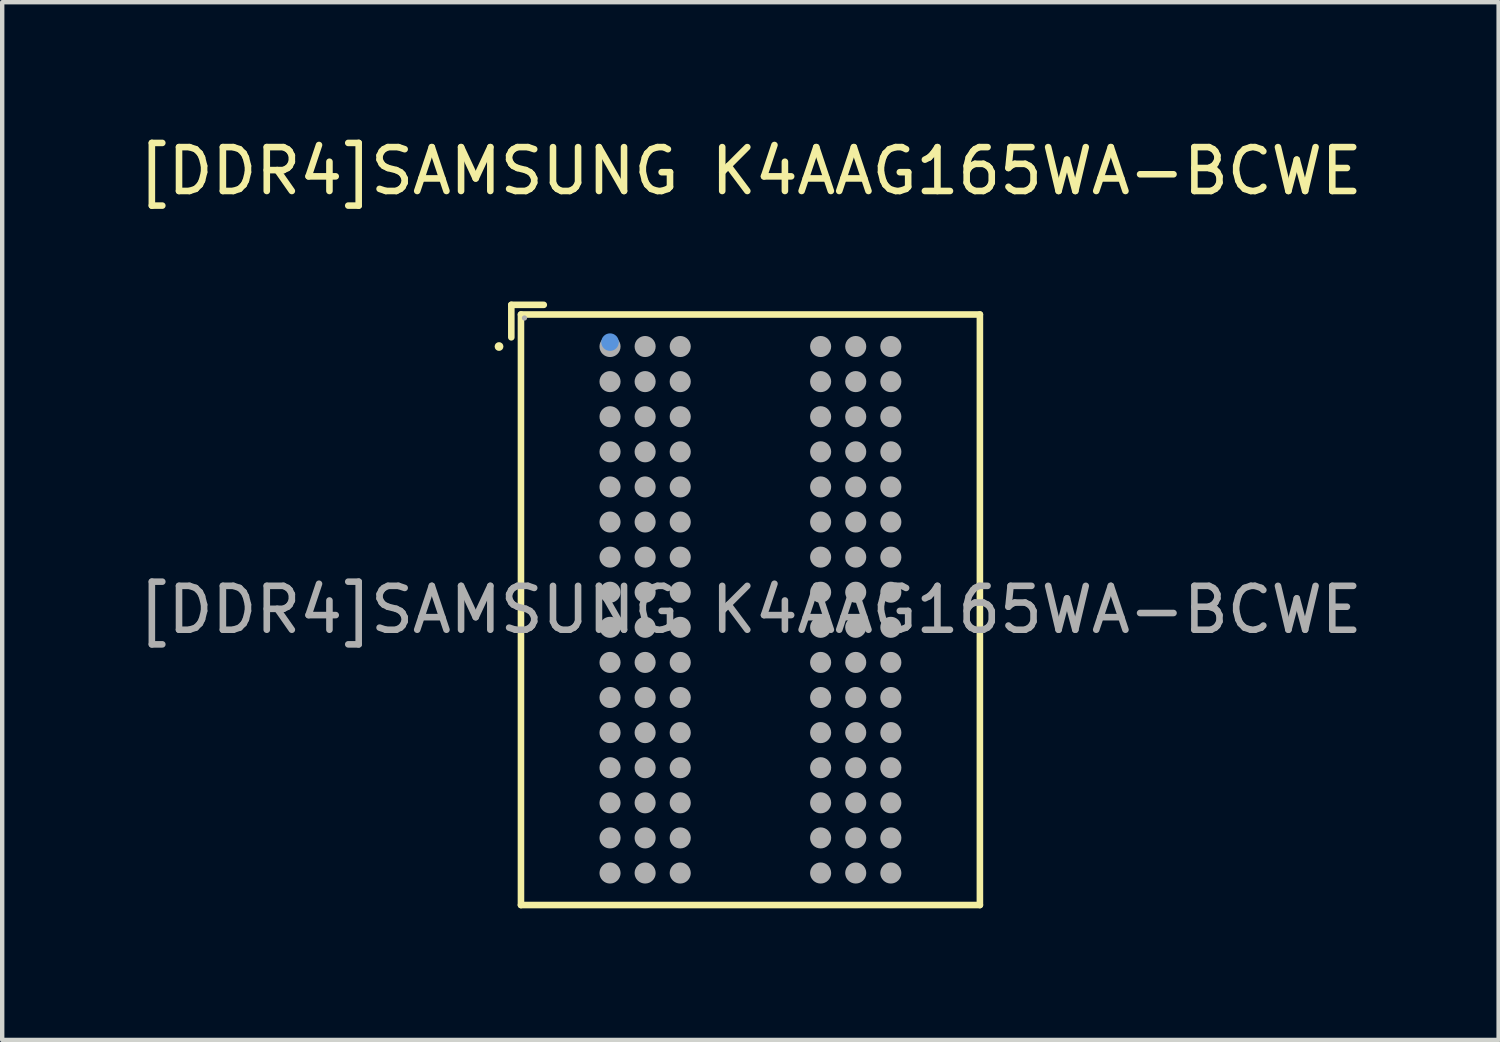
<source format=kicad_pcb>
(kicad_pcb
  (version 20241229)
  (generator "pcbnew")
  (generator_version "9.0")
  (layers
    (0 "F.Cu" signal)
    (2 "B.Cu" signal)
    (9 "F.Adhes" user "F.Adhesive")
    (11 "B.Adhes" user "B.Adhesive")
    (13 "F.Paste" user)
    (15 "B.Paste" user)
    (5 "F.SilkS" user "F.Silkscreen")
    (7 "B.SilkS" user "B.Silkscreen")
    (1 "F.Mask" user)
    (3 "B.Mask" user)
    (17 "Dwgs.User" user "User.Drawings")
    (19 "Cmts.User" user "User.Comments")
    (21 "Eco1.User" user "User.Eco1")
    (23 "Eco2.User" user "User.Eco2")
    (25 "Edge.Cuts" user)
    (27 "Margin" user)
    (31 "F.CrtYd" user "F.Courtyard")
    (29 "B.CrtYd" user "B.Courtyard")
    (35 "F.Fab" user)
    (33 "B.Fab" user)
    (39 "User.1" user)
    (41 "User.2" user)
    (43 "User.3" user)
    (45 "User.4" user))
  (footprint "[DDR4]SAMSUNG K4AAG165WA-BCWE"
    (layer "F.Cu")
    (at 14.054 10.848)
    (property "Reference" "[DDR4]SAMSUNG K4AAG165WA-BCWE" (at 0 -10 0) (layer "F.SilkS") (effects (font (size 1 1) (thickness 0.15))))
    (attr smd)
    (fp_line (start -5.45 -6.95) (end -4.71 -6.95) (stroke (width 0.15) (type solid)) (layer "F.SilkS"))
    (fp_line (start -5.45 -6.21) (end -5.45 -6.95) (stroke (width 0.15) (type solid)) (layer "F.SilkS"))
    (fp_line (start -5.23 -6.73) (end 5.23 -6.73) (stroke (width 0.15) (type solid)) (layer "F.SilkS"))
    (fp_line (start -5.23 6.73) (end -5.23 -6.73) (stroke (width 0.15) (type solid)) (layer "F.SilkS"))
    (fp_line (start 5.23 -6.73) (end 5.23 6.73) (stroke (width 0.15) (type solid)) (layer "F.SilkS"))
    (fp_line (start 5.23 6.73) (end -5.23 6.73) (stroke (width 0.15) (type solid)) (layer "F.SilkS"))
    (fp_circle (center -5.73 -6) (end -5.68 -6) (stroke (width 0.1) (type solid)) (fill no) (layer "F.SilkS"))
    (fp_circle (center -3.2 -6.1) (end -3.1 -6.1) (stroke (width 0.2) (type solid)) (fill no) (layer "Cmts.User"))
    (fp_circle (center -5.15 -6.65) (end -5.12 -6.65) (stroke (width 0.06) (type solid)) (fill no) (layer "F.Fab"))
    (fp_circle (center -3.2 -6) (end -3.08 -6) (stroke (width 0.24) (type solid)) (fill no) (layer "F.Fab"))
    (fp_circle (center -3.2 -5.2) (end -3.08 -5.2) (stroke (width 0.24) (type solid)) (fill no) (layer "F.Fab"))
    (fp_circle (center -3.2 -4.4) (end -3.08 -4.4) (stroke (width 0.24) (type solid)) (fill no) (layer "F.Fab"))
    (fp_circle (center -3.2 -3.6) (end -3.08 -3.6) (stroke (width 0.24) (type solid)) (fill no) (layer "F.Fab"))
    (fp_circle (center -3.2 -2.8) (end -3.08 -2.8) (stroke (width 0.24) (type solid)) (fill no) (layer "F.Fab"))
    (fp_circle (center -3.2 -2) (end -3.08 -2) (stroke (width 0.24) (type solid)) (fill no) (layer "F.Fab"))
    (fp_circle (center -3.2 -1.2) (end -3.08 -1.2) (stroke (width 0.24) (type solid)) (fill no) (layer "F.Fab"))
    (fp_circle (center -3.2 -0.4) (end -3.08 -0.4) (stroke (width 0.24) (type solid)) (fill no) (layer "F.Fab"))
    (fp_circle (center -3.2 0.4) (end -3.08 0.4) (stroke (width 0.24) (type solid)) (fill no) (layer "F.Fab"))
    (fp_circle (center -3.2 1.2) (end -3.08 1.2) (stroke (width 0.24) (type solid)) (fill no) (layer "F.Fab"))
    (fp_circle (center -3.2 2) (end -3.08 2) (stroke (width 0.24) (type solid)) (fill no) (layer "F.Fab"))
    (fp_circle (center -3.2 2.8) (end -3.08 2.8) (stroke (width 0.24) (type solid)) (fill no) (layer "F.Fab"))
    (fp_circle (center -3.2 3.6) (end -3.08 3.6) (stroke (width 0.24) (type solid)) (fill no) (layer "F.Fab"))
    (fp_circle (center -3.2 4.4) (end -3.08 4.4) (stroke (width 0.24) (type solid)) (fill no) (layer "F.Fab"))
    (fp_circle (center -3.2 5.2) (end -3.08 5.2) (stroke (width 0.24) (type solid)) (fill no) (layer "F.Fab"))
    (fp_circle (center -3.2 6) (end -3.08 6) (stroke (width 0.24) (type solid)) (fill no) (layer "F.Fab"))
    (fp_circle (center -2.4 -6) (end -2.28 -6) (stroke (width 0.24) (type solid)) (fill no) (layer "F.Fab"))
    (fp_circle (center -2.4 -5.2) (end -2.28 -5.2) (stroke (width 0.24) (type solid)) (fill no) (layer "F.Fab"))
    (fp_circle (center -2.4 -4.4) (end -2.28 -4.4) (stroke (width 0.24) (type solid)) (fill no) (layer "F.Fab"))
    (fp_circle (center -2.4 -3.6) (end -2.28 -3.6) (stroke (width 0.24) (type solid)) (fill no) (layer "F.Fab"))
    (fp_circle (center -2.4 -2.8) (end -2.28 -2.8) (stroke (width 0.24) (type solid)) (fill no) (layer "F.Fab"))
    (fp_circle (center -2.4 -2) (end -2.28 -2) (stroke (width 0.24) (type solid)) (fill no) (layer "F.Fab"))
    (fp_circle (center -2.4 -1.2) (end -2.28 -1.2) (stroke (width 0.24) (type solid)) (fill no) (layer "F.Fab"))
    (fp_circle (center -2.4 -0.4) (end -2.28 -0.4) (stroke (width 0.24) (type solid)) (fill no) (layer "F.Fab"))
    (fp_circle (center -2.4 0.4) (end -2.28 0.4) (stroke (width 0.24) (type solid)) (fill no) (layer "F.Fab"))
    (fp_circle (center -2.4 1.2) (end -2.28 1.2) (stroke (width 0.24) (type solid)) (fill no) (layer "F.Fab"))
    (fp_circle (center -2.4 2) (end -2.28 2) (stroke (width 0.24) (type solid)) (fill no) (layer "F.Fab"))
    (fp_circle (center -2.4 2.8) (end -2.28 2.8) (stroke (width 0.24) (type solid)) (fill no) (layer "F.Fab"))
    (fp_circle (center -2.4 3.6) (end -2.28 3.6) (stroke (width 0.24) (type solid)) (fill no) (layer "F.Fab"))
    (fp_circle (center -2.4 4.4) (end -2.28 4.4) (stroke (width 0.24) (type solid)) (fill no) (layer "F.Fab"))
    (fp_circle (center -2.4 5.2) (end -2.28 5.2) (stroke (width 0.24) (type solid)) (fill no) (layer "F.Fab"))
    (fp_circle (center -2.4 6) (end -2.28 6) (stroke (width 0.24) (type solid)) (fill no) (layer "F.Fab"))
    (fp_circle (center -1.6 -6) (end -1.48 -6) (stroke (width 0.24) (type solid)) (fill no) (layer "F.Fab"))
    (fp_circle (center -1.6 -5.2) (end -1.48 -5.2) (stroke (width 0.24) (type solid)) (fill no) (layer "F.Fab"))
    (fp_circle (center -1.6 -4.4) (end -1.48 -4.4) (stroke (width 0.24) (type solid)) (fill no) (layer "F.Fab"))
    (fp_circle (center -1.6 -3.6) (end -1.48 -3.6) (stroke (width 0.24) (type solid)) (fill no) (layer "F.Fab"))
    (fp_circle (center -1.6 -2.8) (end -1.48 -2.8) (stroke (width 0.24) (type solid)) (fill no) (layer "F.Fab"))
    (fp_circle (center -1.6 -2) (end -1.48 -2) (stroke (width 0.24) (type solid)) (fill no) (layer "F.Fab"))
    (fp_circle (center -1.6 -1.2) (end -1.48 -1.2) (stroke (width 0.24) (type solid)) (fill no) (layer "F.Fab"))
    (fp_circle (center -1.6 -0.4) (end -1.48 -0.4) (stroke (width 0.24) (type solid)) (fill no) (layer "F.Fab"))
    (fp_circle (center -1.6 0.4) (end -1.48 0.4) (stroke (width 0.24) (type solid)) (fill no) (layer "F.Fab"))
    (fp_circle (center -1.6 1.2) (end -1.48 1.2) (stroke (width 0.24) (type solid)) (fill no) (layer "F.Fab"))
    (fp_circle (center -1.6 2) (end -1.48 2) (stroke (width 0.24) (type solid)) (fill no) (layer "F.Fab"))
    (fp_circle (center -1.6 2.8) (end -1.48 2.8) (stroke (width 0.24) (type solid)) (fill no) (layer "F.Fab"))
    (fp_circle (center -1.6 3.6) (end -1.48 3.6) (stroke (width 0.24) (type solid)) (fill no) (layer "F.Fab"))
    (fp_circle (center -1.6 4.4) (end -1.48 4.4) (stroke (width 0.24) (type solid)) (fill no) (layer "F.Fab"))
    (fp_circle (center -1.6 5.2) (end -1.48 5.2) (stroke (width 0.24) (type solid)) (fill no) (layer "F.Fab"))
    (fp_circle (center -1.6 6) (end -1.48 6) (stroke (width 0.24) (type solid)) (fill no) (layer "F.Fab"))
    (fp_circle (center 1.6 -6) (end 1.72 -6) (stroke (width 0.24) (type solid)) (fill no) (layer "F.Fab"))
    (fp_circle (center 1.6 -5.2) (end 1.72 -5.2) (stroke (width 0.24) (type solid)) (fill no) (layer "F.Fab"))
    (fp_circle (center 1.6 -4.4) (end 1.72 -4.4) (stroke (width 0.24) (type solid)) (fill no) (layer "F.Fab"))
    (fp_circle (center 1.6 -3.6) (end 1.72 -3.6) (stroke (width 0.24) (type solid)) (fill no) (layer "F.Fab"))
    (fp_circle (center 1.6 -2.8) (end 1.72 -2.8) (stroke (width 0.24) (type solid)) (fill no) (layer "F.Fab"))
    (fp_circle (center 1.6 -2) (end 1.72 -2) (stroke (width 0.24) (type solid)) (fill no) (layer "F.Fab"))
    (fp_circle (center 1.6 -1.2) (end 1.72 -1.2) (stroke (width 0.24) (type solid)) (fill no) (layer "F.Fab"))
    (fp_circle (center 1.6 -0.4) (end 1.72 -0.4) (stroke (width 0.24) (type solid)) (fill no) (layer "F.Fab"))
    (fp_circle (center 1.6 0.4) (end 1.72 0.4) (stroke (width 0.24) (type solid)) (fill no) (layer "F.Fab"))
    (fp_circle (center 1.6 1.2) (end 1.72 1.2) (stroke (width 0.24) (type solid)) (fill no) (layer "F.Fab"))
    (fp_circle (center 1.6 2) (end 1.72 2) (stroke (width 0.24) (type solid)) (fill no) (layer "F.Fab"))
    (fp_circle (center 1.6 2.8) (end 1.72 2.8) (stroke (width 0.24) (type solid)) (fill no) (layer "F.Fab"))
    (fp_circle (center 1.6 3.6) (end 1.72 3.6) (stroke (width 0.24) (type solid)) (fill no) (layer "F.Fab"))
    (fp_circle (center 1.6 4.4) (end 1.72 4.4) (stroke (width 0.24) (type solid)) (fill no) (layer "F.Fab"))
    (fp_circle (center 1.6 5.2) (end 1.72 5.2) (stroke (width 0.24) (type solid)) (fill no) (layer "F.Fab"))
    (fp_circle (center 1.6 6) (end 1.72 6) (stroke (width 0.24) (type solid)) (fill no) (layer "F.Fab"))
    (fp_circle (center 2.4 -6) (end 2.52 -6) (stroke (width 0.24) (type solid)) (fill no) (layer "F.Fab"))
    (fp_circle (center 2.4 -5.2) (end 2.52 -5.2) (stroke (width 0.24) (type solid)) (fill no) (layer "F.Fab"))
    (fp_circle (center 2.4 -4.4) (end 2.52 -4.4) (stroke (width 0.24) (type solid)) (fill no) (layer "F.Fab"))
    (fp_circle (center 2.4 -3.6) (end 2.52 -3.6) (stroke (width 0.24) (type solid)) (fill no) (layer "F.Fab"))
    (fp_circle (center 2.4 -2.8) (end 2.52 -2.8) (stroke (width 0.24) (type solid)) (fill no) (layer "F.Fab"))
    (fp_circle (center 2.4 -2) (end 2.52 -2) (stroke (width 0.24) (type solid)) (fill no) (layer "F.Fab"))
    (fp_circle (center 2.4 -1.2) (end 2.52 -1.2) (stroke (width 0.24) (type solid)) (fill no) (layer "F.Fab"))
    (fp_circle (center 2.4 -0.4) (end 2.52 -0.4) (stroke (width 0.24) (type solid)) (fill no) (layer "F.Fab"))
    (fp_circle (center 2.4 0.4) (end 2.52 0.4) (stroke (width 0.24) (type solid)) (fill no) (layer "F.Fab"))
    (fp_circle (center 2.4 1.2) (end 2.52 1.2) (stroke (width 0.24) (type solid)) (fill no) (layer "F.Fab"))
    (fp_circle (center 2.4 2) (end 2.52 2) (stroke (width 0.24) (type solid)) (fill no) (layer "F.Fab"))
    (fp_circle (center 2.4 2.8) (end 2.52 2.8) (stroke (width 0.24) (type solid)) (fill no) (layer "F.Fab"))
    (fp_circle (center 2.4 3.6) (end 2.52 3.6) (stroke (width 0.24) (type solid)) (fill no) (layer "F.Fab"))
    (fp_circle (center 2.4 4.4) (end 2.52 4.4) (stroke (width 0.24) (type solid)) (fill no) (layer "F.Fab"))
    (fp_circle (center 2.4 5.2) (end 2.52 5.2) (stroke (width 0.24) (type solid)) (fill no) (layer "F.Fab"))
    (fp_circle (center 2.4 6) (end 2.52 6) (stroke (width 0.24) (type solid)) (fill no) (layer "F.Fab"))
    (fp_circle (center 3.2 -6) (end 3.32 -6) (stroke (width 0.24) (type solid)) (fill no) (layer "F.Fab"))
    (fp_circle (center 3.2 -5.2) (end 3.32 -5.2) (stroke (width 0.24) (type solid)) (fill no) (layer "F.Fab"))
    (fp_circle (center 3.2 -4.4) (end 3.32 -4.4) (stroke (width 0.24) (type solid)) (fill no) (layer "F.Fab"))
    (fp_circle (center 3.2 -3.6) (end 3.32 -3.6) (stroke (width 0.24) (type solid)) (fill no) (layer "F.Fab"))
    (fp_circle (center 3.2 -2.8) (end 3.32 -2.8) (stroke (width 0.24) (type solid)) (fill no) (layer "F.Fab"))
    (fp_circle (center 3.2 -2) (end 3.32 -2) (stroke (width 0.24) (type solid)) (fill no) (layer "F.Fab"))
    (fp_circle (center 3.2 -1.2) (end 3.32 -1.2) (stroke (width 0.24) (type solid)) (fill no) (layer "F.Fab"))
    (fp_circle (center 3.2 -0.4) (end 3.32 -0.4) (stroke (width 0.24) (type solid)) (fill no) (layer "F.Fab"))
    (fp_circle (center 3.2 0.4) (end 3.32 0.4) (stroke (width 0.24) (type solid)) (fill no) (layer "F.Fab"))
    (fp_circle (center 3.2 1.2) (end 3.32 1.2) (stroke (width 0.24) (type solid)) (fill no) (layer "F.Fab"))
    (fp_circle (center 3.2 2) (end 3.32 2) (stroke (width 0.24) (type solid)) (fill no) (layer "F.Fab"))
    (fp_circle (center 3.2 2.8) (end 3.32 2.8) (stroke (width 0.24) (type solid)) (fill no) (layer "F.Fab"))
    (fp_circle (center 3.2 3.6) (end 3.32 3.6) (stroke (width 0.24) (type solid)) (fill no) (layer "F.Fab"))
    (fp_circle (center 3.2 4.4) (end 3.32 4.4) (stroke (width 0.24) (type solid)) (fill no) (layer "F.Fab"))
    (fp_circle (center 3.2 5.2) (end 3.32 5.2) (stroke (width 0.24) (type solid)) (fill no) (layer "F.Fab"))
    (fp_circle (center 3.2 6) (end 3.32 6) (stroke (width 0.24) (type solid)) (fill no) (layer "F.Fab"))
    (fp_text user "${REFERENCE}" (at 0 0 0) (layer "F.Fab") (effects (font (size 1 1) (thickness 0.15))))
    (pad "A1" smd circle (at -3.2 -6) (size 0.38 0.38) (layers "F.Cu" "F.Mask" "F.Paste"))
    (pad "A2" smd circle (at -2.4 -6) (size 0.38 0.38) (layers "F.Cu" "F.Mask" "F.Paste"))
    (pad "A3" smd circle (at -1.6 -6) (size 0.38 0.38) (layers "F.Cu" "F.Mask" "F.Paste"))
    (pad "A7" smd circle (at 1.6 -6) (size 0.38 0.38) (layers "F.Cu" "F.Mask" "F.Paste"))
    (pad "A8" smd circle (at 2.4 -6) (size 0.38 0.38) (layers "F.Cu" "F.Mask" "F.Paste"))
    (pad "A9" smd circle (at 3.2 -6) (size 0.38 0.38) (layers "F.Cu" "F.Mask" "F.Paste"))
    (pad "B1" smd circle (at -3.2 -5.2) (size 0.38 0.38) (layers "F.Cu" "F.Mask" "F.Paste"))
    (pad "B2" smd circle (at -2.4 -5.2) (size 0.38 0.38) (layers "F.Cu" "F.Mask" "F.Paste"))
    (pad "B3" smd circle (at -1.6 -5.2) (size 0.38 0.38) (layers "F.Cu" "F.Mask" "F.Paste"))
    (pad "B7" smd circle (at 1.6 -5.2) (size 0.38 0.38) (layers "F.Cu" "F.Mask" "F.Paste"))
    (pad "B8" smd circle (at 2.4 -5.2) (size 0.38 0.38) (layers "F.Cu" "F.Mask" "F.Paste"))
    (pad "B9" smd circle (at 3.2 -5.2) (size 0.38 0.38) (layers "F.Cu" "F.Mask" "F.Paste"))
    (pad "C1" smd circle (at -3.2 -4.4) (size 0.38 0.38) (layers "F.Cu" "F.Mask" "F.Paste"))
    (pad "C2" smd circle (at -2.4 -4.4) (size 0.38 0.38) (layers "F.Cu" "F.Mask" "F.Paste"))
    (pad "C3" smd circle (at -1.6 -4.4) (size 0.38 0.38) (layers "F.Cu" "F.Mask" "F.Paste"))
    (pad "C7" smd circle (at 1.6 -4.4) (size 0.38 0.38) (layers "F.Cu" "F.Mask" "F.Paste"))
    (pad "C8" smd circle (at 2.4 -4.4) (size 0.38 0.38) (layers "F.Cu" "F.Mask" "F.Paste"))
    (pad "C9" smd circle (at 3.2 -4.4) (size 0.38 0.38) (layers "F.Cu" "F.Mask" "F.Paste"))
    (pad "D1" smd circle (at -3.2 -3.6) (size 0.38 0.38) (layers "F.Cu" "F.Mask" "F.Paste"))
    (pad "D2" smd circle (at -2.4 -3.6) (size 0.38 0.38) (layers "F.Cu" "F.Mask" "F.Paste"))
    (pad "D3" smd circle (at -1.6 -3.6) (size 0.38 0.38) (layers "F.Cu" "F.Mask" "F.Paste"))
    (pad "D7" smd circle (at 1.6 -3.6) (size 0.38 0.38) (layers "F.Cu" "F.Mask" "F.Paste"))
    (pad "D8" smd circle (at 2.4 -3.6) (size 0.38 0.38) (layers "F.Cu" "F.Mask" "F.Paste"))
    (pad "D9" smd circle (at 3.2 -3.6) (size 0.38 0.38) (layers "F.Cu" "F.Mask" "F.Paste"))
    (pad "E1" smd circle (at -3.2 -2.8) (size 0.38 0.38) (layers "F.Cu" "F.Mask" "F.Paste"))
    (pad "E2" smd circle (at -2.4 -2.8) (size 0.38 0.38) (layers "F.Cu" "F.Mask" "F.Paste"))
    (pad "E3" smd circle (at -1.6 -2.8) (size 0.38 0.38) (layers "F.Cu" "F.Mask" "F.Paste"))
    (pad "E7" smd circle (at 1.6 -2.8) (size 0.38 0.38) (layers "F.Cu" "F.Mask" "F.Paste"))
    (pad "E8" smd circle (at 2.4 -2.8) (size 0.38 0.38) (layers "F.Cu" "F.Mask" "F.Paste"))
    (pad "E9" smd circle (at 3.2 -2.8) (size 0.38 0.38) (layers "F.Cu" "F.Mask" "F.Paste"))
    (pad "F1" smd circle (at -3.2 -2) (size 0.38 0.38) (layers "F.Cu" "F.Mask" "F.Paste"))
    (pad "F2" smd circle (at -2.4 -2) (size 0.38 0.38) (layers "F.Cu" "F.Mask" "F.Paste"))
    (pad "F3" smd circle (at -1.6 -2) (size 0.38 0.38) (layers "F.Cu" "F.Mask" "F.Paste"))
    (pad "F7" smd circle (at 1.6 -2) (size 0.38 0.38) (layers "F.Cu" "F.Mask" "F.Paste"))
    (pad "F8" smd circle (at 2.4 -2) (size 0.38 0.38) (layers "F.Cu" "F.Mask" "F.Paste"))
    (pad "F9" smd circle (at 3.2 -2) (size 0.38 0.38) (layers "F.Cu" "F.Mask" "F.Paste"))
    (pad "G1" smd circle (at -3.2 -1.2) (size 0.38 0.38) (layers "F.Cu" "F.Mask" "F.Paste"))
    (pad "G2" smd circle (at -2.4 -1.2) (size 0.38 0.38) (layers "F.Cu" "F.Mask" "F.Paste"))
    (pad "G3" smd circle (at -1.6 -1.2) (size 0.38 0.38) (layers "F.Cu" "F.Mask" "F.Paste"))
    (pad "G7" smd circle (at 1.6 -1.2) (size 0.38 0.38) (layers "F.Cu" "F.Mask" "F.Paste"))
    (pad "G8" smd circle (at 2.4 -1.2) (size 0.38 0.38) (layers "F.Cu" "F.Mask" "F.Paste"))
    (pad "G9" smd circle (at 3.2 -1.2) (size 0.38 0.38) (layers "F.Cu" "F.Mask" "F.Paste"))
    (pad "H1" smd circle (at -3.2 -0.4) (size 0.38 0.38) (layers "F.Cu" "F.Mask" "F.Paste"))
    (pad "H2" smd circle (at -2.4 -0.4) (size 0.38 0.38) (layers "F.Cu" "F.Mask" "F.Paste"))
    (pad "H3" smd circle (at -1.6 -0.4) (size 0.38 0.38) (layers "F.Cu" "F.Mask" "F.Paste"))
    (pad "H7" smd circle (at 1.6 -0.4) (size 0.38 0.38) (layers "F.Cu" "F.Mask" "F.Paste"))
    (pad "H8" smd circle (at 2.4 -0.4) (size 0.38 0.38) (layers "F.Cu" "F.Mask" "F.Paste"))
    (pad "H9" smd circle (at 3.2 -0.4) (size 0.38 0.38) (layers "F.Cu" "F.Mask" "F.Paste"))
    (pad "J1" smd circle (at -3.2 0.4) (size 0.38 0.38) (layers "F.Cu" "F.Mask" "F.Paste"))
    (pad "J2" smd circle (at -2.4 0.4) (size 0.38 0.38) (layers "F.Cu" "F.Mask" "F.Paste"))
    (pad "J3" smd circle (at -1.6 0.4) (size 0.38 0.38) (layers "F.Cu" "F.Mask" "F.Paste"))
    (pad "J7" smd circle (at 1.6 0.4) (size 0.38 0.38) (layers "F.Cu" "F.Mask" "F.Paste"))
    (pad "J8" smd circle (at 2.4 0.4) (size 0.38 0.38) (layers "F.Cu" "F.Mask" "F.Paste"))
    (pad "J9" smd circle (at 3.2 0.4) (size 0.38 0.38) (layers "F.Cu" "F.Mask" "F.Paste"))
    (pad "K1" smd circle (at -3.2 1.2) (size 0.38 0.38) (layers "F.Cu" "F.Mask" "F.Paste"))
    (pad "K2" smd circle (at -2.4 1.2) (size 0.38 0.38) (layers "F.Cu" "F.Mask" "F.Paste"))
    (pad "K3" smd circle (at -1.6 1.2) (size 0.38 0.38) (layers "F.Cu" "F.Mask" "F.Paste"))
    (pad "K7" smd circle (at 1.6 1.2) (size 0.38 0.38) (layers "F.Cu" "F.Mask" "F.Paste"))
    (pad "K8" smd circle (at 2.4 1.2) (size 0.38 0.38) (layers "F.Cu" "F.Mask" "F.Paste"))
    (pad "K9" smd circle (at 3.2 1.2) (size 0.38 0.38) (layers "F.Cu" "F.Mask" "F.Paste"))
    (pad "L1" smd circle (at -3.2 2) (size 0.38 0.38) (layers "F.Cu" "F.Mask" "F.Paste"))
    (pad "L2" smd circle (at -2.4 2) (size 0.38 0.38) (layers "F.Cu" "F.Mask" "F.Paste"))
    (pad "L3" smd circle (at -1.6 2) (size 0.38 0.38) (layers "F.Cu" "F.Mask" "F.Paste"))
    (pad "L7" smd circle (at 1.6 2) (size 0.38 0.38) (layers "F.Cu" "F.Mask" "F.Paste"))
    (pad "L8" smd circle (at 2.4 2) (size 0.38 0.38) (layers "F.Cu" "F.Mask" "F.Paste"))
    (pad "L9" smd circle (at 3.2 2) (size 0.38 0.38) (layers "F.Cu" "F.Mask" "F.Paste"))
    (pad "M1" smd circle (at -3.2 2.8) (size 0.38 0.38) (layers "F.Cu" "F.Mask" "F.Paste"))
    (pad "M2" smd circle (at -2.4 2.8) (size 0.38 0.38) (layers "F.Cu" "F.Mask" "F.Paste"))
    (pad "M3" smd circle (at -1.6 2.8) (size 0.38 0.38) (layers "F.Cu" "F.Mask" "F.Paste"))
    (pad "M7" smd circle (at 1.6 2.8) (size 0.38 0.38) (layers "F.Cu" "F.Mask" "F.Paste"))
    (pad "M8" smd circle (at 2.4 2.8) (size 0.38 0.38) (layers "F.Cu" "F.Mask" "F.Paste"))
    (pad "M9" smd circle (at 3.2 2.8) (size 0.38 0.38) (layers "F.Cu" "F.Mask" "F.Paste"))
    (pad "N1" smd circle (at -3.2 3.6) (size 0.38 0.38) (layers "F.Cu" "F.Mask" "F.Paste"))
    (pad "N2" smd circle (at -2.4 3.6) (size 0.38 0.38) (layers "F.Cu" "F.Mask" "F.Paste"))
    (pad "N3" smd circle (at -1.6 3.6) (size 0.38 0.38) (layers "F.Cu" "F.Mask" "F.Paste"))
    (pad "N7" smd circle (at 1.6 3.6) (size 0.38 0.38) (layers "F.Cu" "F.Mask" "F.Paste"))
    (pad "N8" smd circle (at 2.4 3.6) (size 0.38 0.38) (layers "F.Cu" "F.Mask" "F.Paste"))
    (pad "N9" smd circle (at 3.2 3.6) (size 0.38 0.38) (layers "F.Cu" "F.Mask" "F.Paste"))
    (pad "P1" smd circle (at -3.2 4.4) (size 0.38 0.38) (layers "F.Cu" "F.Mask" "F.Paste"))
    (pad "P2" smd circle (at -2.4 4.4) (size 0.38 0.38) (layers "F.Cu" "F.Mask" "F.Paste"))
    (pad "P3" smd circle (at -1.6 4.4) (size 0.38 0.38) (layers "F.Cu" "F.Mask" "F.Paste"))
    (pad "P7" smd circle (at 1.6 4.4) (size 0.38 0.38) (layers "F.Cu" "F.Mask" "F.Paste"))
    (pad "P8" smd circle (at 2.4 4.4) (size 0.38 0.38) (layers "F.Cu" "F.Mask" "F.Paste"))
    (pad "P9" smd circle (at 3.2 4.4) (size 0.38 0.38) (layers "F.Cu" "F.Mask" "F.Paste"))
    (pad "R1" smd circle (at -3.2 5.2) (size 0.38 0.38) (layers "F.Cu" "F.Mask" "F.Paste"))
    (pad "R2" smd circle (at -2.4 5.2) (size 0.38 0.38) (layers "F.Cu" "F.Mask" "F.Paste"))
    (pad "R3" smd circle (at -1.6 5.2) (size 0.38 0.38) (layers "F.Cu" "F.Mask" "F.Paste"))
    (pad "R7" smd circle (at 1.6 5.2) (size 0.38 0.38) (layers "F.Cu" "F.Mask" "F.Paste"))
    (pad "R8" smd circle (at 2.4 5.2) (size 0.38 0.38) (layers "F.Cu" "F.Mask" "F.Paste"))
    (pad "R9" smd circle (at 3.2 5.2) (size 0.38 0.38) (layers "F.Cu" "F.Mask" "F.Paste"))
    (pad "T1" smd circle (at -3.2 6) (size 0.38 0.38) (layers "F.Cu" "F.Mask" "F.Paste"))
    (pad "T2" smd circle (at -2.4 6) (size 0.38 0.38) (layers "F.Cu" "F.Mask" "F.Paste"))
    (pad "T3" smd circle (at -1.6 6) (size 0.38 0.38) (layers "F.Cu" "F.Mask" "F.Paste"))
    (pad "T7" smd circle (at 1.6 6) (size 0.38 0.38) (layers "F.Cu" "F.Mask" "F.Paste"))
    (pad "T8" smd circle (at 2.4 6) (size 0.38 0.38) (layers "F.Cu" "F.Mask" "F.Paste"))
    (pad "T9" smd circle (at 3.2 6) (size 0.38 0.38) (layers "F.Cu" "F.Mask" "F.Paste")))
  (gr_rect
    (start -3 -3)
    (end 31.107 20.653)
    (stroke (width 0.1) (type default))
    (fill no)
    (layer "Edge.Cuts")))
</source>
